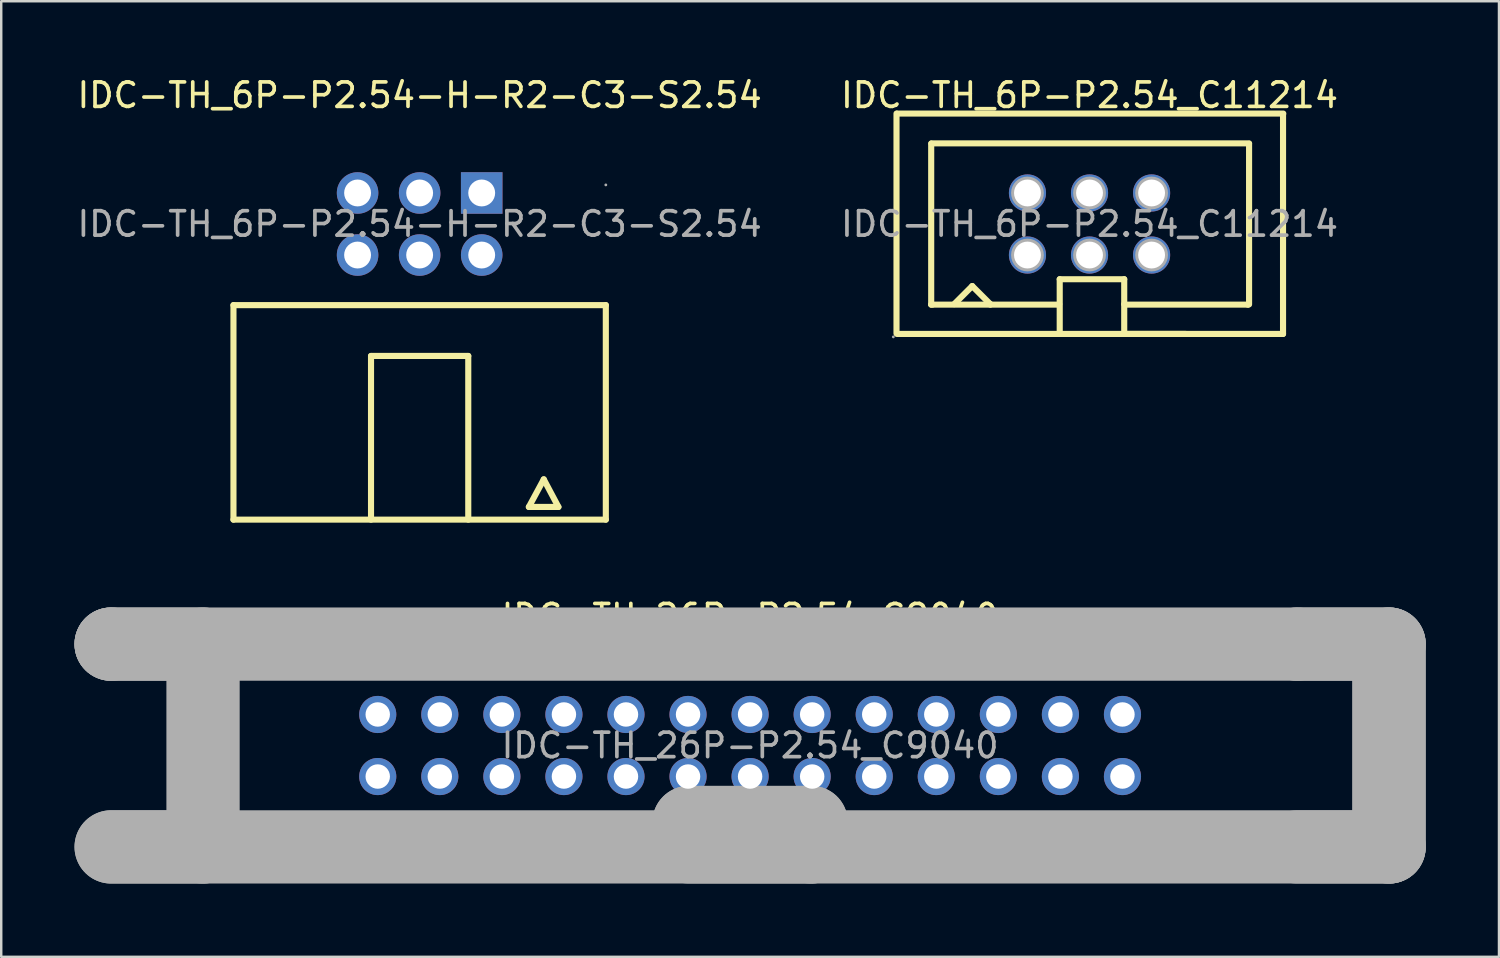
<source format=kicad_pcb>
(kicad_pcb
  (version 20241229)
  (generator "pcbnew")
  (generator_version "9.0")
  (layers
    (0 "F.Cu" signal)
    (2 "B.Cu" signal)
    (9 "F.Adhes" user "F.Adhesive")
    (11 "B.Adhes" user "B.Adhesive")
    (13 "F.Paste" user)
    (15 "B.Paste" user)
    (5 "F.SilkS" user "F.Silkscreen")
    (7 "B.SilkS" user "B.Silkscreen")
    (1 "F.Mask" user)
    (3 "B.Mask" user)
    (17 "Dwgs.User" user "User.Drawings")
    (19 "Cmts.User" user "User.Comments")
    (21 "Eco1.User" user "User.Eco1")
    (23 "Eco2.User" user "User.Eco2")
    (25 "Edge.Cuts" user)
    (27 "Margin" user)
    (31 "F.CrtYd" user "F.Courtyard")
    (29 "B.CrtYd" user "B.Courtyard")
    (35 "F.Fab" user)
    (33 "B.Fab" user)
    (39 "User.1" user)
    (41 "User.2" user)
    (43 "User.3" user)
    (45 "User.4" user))
  (footprint "IDC-TH_6P-P2.54-H-R2-C3-S2.54"
    (layer "F.Cu")
    (at 14.125 6.118)
    (property "Reference" "IDC-TH_6P-P2.54-H-R2-C3-S2.54" (at 0 -5.27 0) (layer "F.SilkS") (effects (font (size 1 1) (thickness 0.15))))
    (attr through_hole)
    (fp_line (start -7.62 12.1) (end -7.62 3.32) (stroke (width 0.25) (type solid)) (layer "F.SilkS"))
    (fp_line (start -1.99 12.1) (end -1.99 5.4) (stroke (width 0.25) (type solid)) (layer "F.SilkS"))
    (fp_line (start 1.99 5.4) (end -1.99 5.4) (stroke (width 0.25) (type solid)) (layer "F.SilkS"))
    (fp_line (start 1.99 12.1) (end 1.99 5.4) (stroke (width 0.25) (type solid)) (layer "F.SilkS"))
    (fp_line (start 4.47 11.58) (end 5.68 11.58) (stroke (width 0.25) (type solid)) (layer "F.SilkS"))
    (fp_line (start 5.08 10.45) (end 4.47 11.58) (stroke (width 0.25) (type solid)) (layer "F.SilkS"))
    (fp_line (start 5.68 11.58) (end 5.08 10.45) (stroke (width 0.25) (type solid)) (layer "F.SilkS"))
    (fp_line (start 7.62 3.32) (end -7.62 3.32) (stroke (width 0.25) (type solid)) (layer "F.SilkS"))
    (fp_line (start 7.62 12.1) (end -7.62 12.1) (stroke (width 0.25) (type solid)) (layer "F.SilkS"))
    (fp_line (start 7.62 12.1) (end 7.62 3.32) (stroke (width 0.25) (type solid)) (layer "F.SilkS"))
    (fp_circle (center -2.54 -1.27) (end -2.38 -1.27) (stroke (width 0.32) (type solid)) (fill no) (layer "F.Fab"))
    (fp_circle (center -2.54 1.27) (end -2.38 1.27) (stroke (width 0.32) (type solid)) (fill no) (layer "F.Fab"))
    (fp_circle (center 0 -1.27) (end 0.16 -1.27) (stroke (width 0.32) (type solid)) (fill no) (layer "F.Fab"))
    (fp_circle (center 0 1.27) (end 0.16 1.27) (stroke (width 0.32) (type solid)) (fill no) (layer "F.Fab"))
    (fp_circle (center 2.54 -1.27) (end 2.7 -1.27) (stroke (width 0.32) (type solid)) (fill no) (layer "F.Fab"))
    (fp_circle (center 2.54 1.27) (end 2.7 1.27) (stroke (width 0.32) (type solid)) (fill no) (layer "F.Fab"))
    (fp_circle (center 7.62 -1.6) (end 7.65 -1.6) (stroke (width 0.06) (type solid)) (fill no) (layer "F.Fab"))
    (fp_text user "${REFERENCE}" (at 0 0 0) (layer "F.Fab") (effects (font (size 1 1) (thickness 0.15))))
    (pad "1" thru_hole rect (at 2.54 -1.27 270) (size 1.7 1.7) (drill 1.1) (layers "*.Cu" "*.Paste" "*.Mask"))
    (pad "2" thru_hole circle (at 2.54 1.27 180) (size 1.7 1.7) (drill 1.1) (layers "*.Cu" "*.Paste" "*.Mask"))
    (pad "3" thru_hole circle (at 0 -1.27 180) (size 1.7 1.7) (drill 1.1) (layers "*.Cu" "*.Paste" "*.Mask"))
    (pad "4" thru_hole circle (at 0 1.27 180) (size 1.7 1.7) (drill 1.1) (layers "*.Cu" "*.Paste" "*.Mask"))
    (pad "5" thru_hole circle (at -2.54 -1.27 180) (size 1.7 1.7) (drill 1.1) (layers "*.Cu" "*.Paste" "*.Mask"))
    (pad "6" thru_hole circle (at -2.54 1.27 180) (size 1.7 1.7) (drill 1.1) (layers "*.Cu" "*.Paste" "*.Mask")))
  (footprint "IDC-TH_6P-P2.54_C11214"
    (layer "F.Cu")
    (at 41.542 6.118)
    (property "Reference" "IDC-TH_6P-P2.54_C11214" (at 0 -5.27 0) (layer "F.SilkS") (effects (font (size 1 1) (thickness 0.15))))
    (attr through_hole)
    (fp_line (start -7.9 4.48) (end -7.9 -4.52) (stroke (width 0.25) (type solid)) (layer "F.SilkS"))
    (fp_line (start -7.87 -4.52) (end 7.93 -4.52) (stroke (width 0.25) (type solid)) (layer "F.SilkS"))
    (fp_line (start -7.87 4.5) (end 7.92 4.5) (stroke (width 0.25) (type solid)) (layer "F.SilkS"))
    (fp_line (start -6.48 3.28) (end -6.48 -3.29) (stroke (width 0.25) (type solid)) (layer "F.SilkS"))
    (fp_line (start -6.48 3.3) (end -1.27 3.3) (stroke (width 0.25) (type solid)) (layer "F.SilkS"))
    (fp_line (start -6.47 -3.3) (end 6.53 -3.3) (stroke (width 0.25) (type solid)) (layer "F.SilkS"))
    (fp_line (start -6.43 3.3) (end -6.48 3.3) (stroke (width 0.25) (type solid)) (layer "F.SilkS"))
    (fp_line (start -5.54 3.28) (end -4.8 2.54) (stroke (width 0.25) (type solid)) (layer "F.SilkS"))
    (fp_line (start -4.8 2.54) (end -4.06 3.28) (stroke (width 0.25) (type solid)) (layer "F.SilkS"))
    (fp_line (start -4.06 3.28) (end -4.06 3.3) (stroke (width 0.25) (type solid)) (layer "F.SilkS"))
    (fp_line (start -1.27 3.3) (end -1.24 3.28) (stroke (width 0.25) (type solid)) (layer "F.SilkS"))
    (fp_line (start -1.22 2.26) (end -1.22 4.42) (stroke (width 0.25) (type solid)) (layer "F.SilkS"))
    (fp_line (start -1.22 2.26) (end 1.42 2.26) (stroke (width 0.25) (type solid)) (layer "F.SilkS"))
    (fp_line (start 1.42 2.26) (end 1.42 4.5) (stroke (width 0.25) (type solid)) (layer "F.SilkS"))
    (fp_line (start 1.42 3.28) (end 1.47 3.3) (stroke (width 0.25) (type solid)) (layer "F.SilkS"))
    (fp_line (start 1.42 4.5) (end 3.94 4.5) (stroke (width 0.25) (type solid)) (layer "F.SilkS"))
    (fp_line (start 1.47 3.3) (end 6.48 3.3) (stroke (width 0.25) (type solid)) (layer "F.SilkS"))
    (fp_line (start 6.48 3.3) (end 6.5 3.28) (stroke (width 0.25) (type solid)) (layer "F.SilkS"))
    (fp_line (start 6.53 -3.28) (end 6.53 3.29) (stroke (width 0.25) (type solid)) (layer "F.SilkS"))
    (fp_line (start 7.92 -4.5) (end 7.92 4.5) (stroke (width 0.25) (type solid)) (layer "F.SilkS"))
    (fp_circle (center -8.03 4.62) (end -8 4.62) (stroke (width 0.06) (type solid)) (fill no) (layer "F.Fab"))
    (fp_circle (center -2.54 -1.27) (end -2.32 -1.27) (stroke (width 0.45) (type solid)) (fill no) (layer "F.Fab"))
    (fp_circle (center -2.54 1.27) (end -2.32 1.27) (stroke (width 0.45) (type solid)) (fill no) (layer "F.Fab"))
    (fp_circle (center 0 -1.27) (end 0.22 -1.27) (stroke (width 0.45) (type solid)) (fill no) (layer "F.Fab"))
    (fp_circle (center 0 1.27) (end 0.22 1.27) (stroke (width 0.45) (type solid)) (fill no) (layer "F.Fab"))
    (fp_circle (center 2.54 -1.27) (end 2.76 -1.27) (stroke (width 0.45) (type solid)) (fill no) (layer "F.Fab"))
    (fp_circle (center 2.54 1.27) (end 2.76 1.27) (stroke (width 0.45) (type solid)) (fill no) (layer "F.Fab"))
    (fp_text user "${REFERENCE}" (at 0 0 0) (layer "F.Fab") (effects (font (size 1 1) (thickness 0.15))))
    (pad "1" thru_hole circle (at -2.54 1.27) (size 1.52 1.52) (drill 1.1) (layers "*.Cu" "*.Paste" "*.Mask"))
    (pad "2" thru_hole circle (at -2.54 -1.27) (size 1.52 1.52) (drill 1.1) (layers "*.Cu" "*.Paste" "*.Mask"))
    (pad "3" thru_hole circle (at 0 1.27) (size 1.52 1.52) (drill 1.1) (layers "*.Cu" "*.Paste" "*.Mask"))
    (pad "4" thru_hole circle (at 0 -1.27) (size 1.52 1.52) (drill 1.1) (layers "*.Cu" "*.Paste" "*.Mask"))
    (pad "5" thru_hole circle (at 2.54 1.27) (size 1.52 1.52) (drill 1.1) (layers "*.Cu" "*.Paste" "*.Mask"))
    (pad "6" thru_hole circle (at 2.54 -1.27) (size 1.52 1.52) (drill 1.1) (layers "*.Cu" "*.Paste" "*.Mask")))
  (footprint "IDC-TH_26P-P2.54_C9040"
    (layer "F.Cu")
    (at 27.65 27.462)
    (property "Reference" "IDC-TH_26P-P2.54_C9040" (at 0 -5.27 0) (layer "F.SilkS") (effects (font (size 1 1) (thickness 0.15))))
    (attr through_hole)
    (fp_line (start -26.15 -4.15) (end -26.15 -4.15) (stroke (width 3) (type solid)) (layer "F.Fab"))
    (fp_line (start -26.15 -4.15) (end -26.15 -4.15) (stroke (width 3) (type solid)) (layer "F.Fab"))
    (fp_line (start -26.15 -4.15) (end -22.39 -4.15) (stroke (width 3) (type solid)) (layer "F.Fab"))
    (fp_line (start -26.15 -4.15) (end 26.15 -4.15) (stroke (width 3) (type solid)) (layer "F.Fab"))
    (fp_line (start -22.39 -4.15) (end -22.39 4.15) (stroke (width 3) (type solid)) (layer "F.Fab"))
    (fp_line (start -22.39 4.15) (end -26.15 4.15) (stroke (width 3) (type solid)) (layer "F.Fab"))
    (fp_line (start -2.5 3.15) (end -2.5 3.15) (stroke (width 3) (type solid)) (layer "F.Fab"))
    (fp_line (start -2.5 3.15) (end 2.5 3.15) (stroke (width 3) (type solid)) (layer "F.Fab"))
    (fp_line (start 2.5 3.15) (end 2.5 4.15) (stroke (width 3) (type solid)) (layer "F.Fab"))
    (fp_line (start 2.5 4.15) (end -2.5 4.15) (stroke (width 3) (type solid)) (layer "F.Fab"))
    (fp_line (start 22.39 -4.15) (end 22.39 -4.15) (stroke (width 3) (type solid)) (layer "F.Fab"))
    (fp_line (start 22.39 -4.15) (end 26.15 -4.15) (stroke (width 3) (type solid)) (layer "F.Fab"))
    (fp_line (start 26.15 -4.15) (end 26.15 4.15) (stroke (width 3) (type solid)) (layer "F.Fab"))
    (fp_line (start 26.15 -4.15) (end 26.15 4.15) (stroke (width 3) (type solid)) (layer "F.Fab"))
    (fp_line (start 26.15 4.15) (end -26.15 4.15) (stroke (width 3) (type solid)) (layer "F.Fab"))
    (fp_line (start 26.15 4.15) (end 22.39 4.15) (stroke (width 3) (type solid)) (layer "F.Fab"))
    (fp_circle (center -26.28 4.28) (end -26.25 4.28) (stroke (width 0.06) (type solid)) (fill no) (layer "F.Fab"))
    (fp_circle (center -15.24 -1.27) (end -15.04 -1.27) (stroke (width 0.4) (type solid)) (fill no) (layer "F.Fab"))
    (fp_circle (center -15.24 1.27) (end -15.04 1.27) (stroke (width 0.4) (type solid)) (fill no) (layer "F.Fab"))
    (fp_circle (center -12.7 -1.27) (end -12.5 -1.27) (stroke (width 0.4) (type solid)) (fill no) (layer "F.Fab"))
    (fp_circle (center -12.7 1.27) (end -12.5 1.27) (stroke (width 0.4) (type solid)) (fill no) (layer "F.Fab"))
    (fp_circle (center -10.16 -1.27) (end -9.96 -1.27) (stroke (width 0.4) (type solid)) (fill no) (layer "F.Fab"))
    (fp_circle (center -10.16 1.27) (end -9.96 1.27) (stroke (width 0.4) (type solid)) (fill no) (layer "F.Fab"))
    (fp_circle (center -7.62 -1.27) (end -7.42 -1.27) (stroke (width 0.4) (type solid)) (fill no) (layer "F.Fab"))
    (fp_circle (center -7.62 1.27) (end -7.42 1.27) (stroke (width 0.4) (type solid)) (fill no) (layer "F.Fab"))
    (fp_circle (center -5.08 -1.27) (end -4.88 -1.27) (stroke (width 0.4) (type solid)) (fill no) (layer "F.Fab"))
    (fp_circle (center -5.08 1.27) (end -4.88 1.27) (stroke (width 0.4) (type solid)) (fill no) (layer "F.Fab"))
    (fp_circle (center -2.54 -1.27) (end -2.34 -1.27) (stroke (width 0.4) (type solid)) (fill no) (layer "F.Fab"))
    (fp_circle (center -2.54 1.27) (end -2.34 1.27) (stroke (width 0.4) (type solid)) (fill no) (layer "F.Fab"))
    (fp_circle (center 0 -1.27) (end 0.2 -1.27) (stroke (width 0.4) (type solid)) (fill no) (layer "F.Fab"))
    (fp_circle (center 0 1.27) (end 0.2 1.27) (stroke (width 0.4) (type solid)) (fill no) (layer "F.Fab"))
    (fp_circle (center 2.54 -1.27) (end 2.74 -1.27) (stroke (width 0.4) (type solid)) (fill no) (layer "F.Fab"))
    (fp_circle (center 2.54 1.27) (end 2.74 1.27) (stroke (width 0.4) (type solid)) (fill no) (layer "F.Fab"))
    (fp_circle (center 5.08 -1.27) (end 5.28 -1.27) (stroke (width 0.4) (type solid)) (fill no) (layer "F.Fab"))
    (fp_circle (center 5.08 1.27) (end 5.28 1.27) (stroke (width 0.4) (type solid)) (fill no) (layer "F.Fab"))
    (fp_circle (center 7.62 -1.27) (end 7.82 -1.27) (stroke (width 0.4) (type solid)) (fill no) (layer "F.Fab"))
    (fp_circle (center 7.62 1.27) (end 7.82 1.27) (stroke (width 0.4) (type solid)) (fill no) (layer "F.Fab"))
    (fp_circle (center 10.16 -1.27) (end 10.36 -1.27) (stroke (width 0.4) (type solid)) (fill no) (layer "F.Fab"))
    (fp_circle (center 10.16 1.27) (end 10.36 1.27) (stroke (width 0.4) (type solid)) (fill no) (layer "F.Fab"))
    (fp_circle (center 12.7 -1.27) (end 12.9 -1.27) (stroke (width 0.4) (type solid)) (fill no) (layer "F.Fab"))
    (fp_circle (center 12.7 1.27) (end 12.9 1.27) (stroke (width 0.4) (type solid)) (fill no) (layer "F.Fab"))
    (fp_circle (center 15.24 -1.27) (end 15.44 -1.27) (stroke (width 0.4) (type solid)) (fill no) (layer "F.Fab"))
    (fp_circle (center 15.24 1.27) (end 15.44 1.27) (stroke (width 0.4) (type solid)) (fill no) (layer "F.Fab"))
    (fp_text user "${REFERENCE}" (at 0 0 0) (layer "F.Fab") (effects (font (size 1 1) (thickness 0.15))))
    (pad "1" thru_hole circle (at -15.24 1.27) (size 1.52 1.52) (drill 1) (layers "*.Cu" "*.Paste" "*.Mask"))
    (pad "2" thru_hole circle (at -15.24 -1.27) (size 1.52 1.52) (drill 1) (layers "*.Cu" "*.Paste" "*.Mask"))
    (pad "3" thru_hole circle (at -12.7 1.27) (size 1.52 1.52) (drill 1) (layers "*.Cu" "*.Paste" "*.Mask"))
    (pad "4" thru_hole circle (at -12.7 -1.27) (size 1.52 1.52) (drill 1) (layers "*.Cu" "*.Paste" "*.Mask"))
    (pad "5" thru_hole circle (at -10.16 1.27) (size 1.52 1.52) (drill 1) (layers "*.Cu" "*.Paste" "*.Mask"))
    (pad "6" thru_hole circle (at -10.16 -1.27) (size 1.52 1.52) (drill 1) (layers "*.Cu" "*.Paste" "*.Mask"))
    (pad "7" thru_hole circle (at -7.62 1.27) (size 1.52 1.52) (drill 1) (layers "*.Cu" "*.Paste" "*.Mask"))
    (pad "8" thru_hole circle (at -7.62 -1.27) (size 1.52 1.52) (drill 1) (layers "*.Cu" "*.Paste" "*.Mask"))
    (pad "9" thru_hole circle (at -5.08 1.27) (size 1.52 1.52) (drill 1) (layers "*.Cu" "*.Paste" "*.Mask"))
    (pad "10" thru_hole circle (at -5.08 -1.27) (size 1.52 1.52) (drill 1) (layers "*.Cu" "*.Paste" "*.Mask"))
    (pad "11" thru_hole circle (at -2.54 1.27) (size 1.52 1.52) (drill 1) (layers "*.Cu" "*.Paste" "*.Mask"))
    (pad "12" thru_hole circle (at -2.54 -1.27) (size 1.52 1.52) (drill 1) (layers "*.Cu" "*.Paste" "*.Mask"))
    (pad "13" thru_hole circle (at 0 1.27) (size 1.52 1.52) (drill 1) (layers "*.Cu" "*.Paste" "*.Mask"))
    (pad "14" thru_hole circle (at 0 -1.27) (size 1.52 1.52) (drill 1) (layers "*.Cu" "*.Paste" "*.Mask"))
    (pad "15" thru_hole circle (at 2.54 1.27) (size 1.52 1.52) (drill 1) (layers "*.Cu" "*.Paste" "*.Mask"))
    (pad "16" thru_hole circle (at 2.54 -1.27) (size 1.52 1.52) (drill 1) (layers "*.Cu" "*.Paste" "*.Mask"))
    (pad "17" thru_hole circle (at 5.08 1.27) (size 1.52 1.52) (drill 1) (layers "*.Cu" "*.Paste" "*.Mask"))
    (pad "18" thru_hole circle (at 5.08 -1.27) (size 1.52 1.52) (drill 1) (layers "*.Cu" "*.Paste" "*.Mask"))
    (pad "19" thru_hole circle (at 7.62 1.27) (size 1.52 1.52) (drill 1) (layers "*.Cu" "*.Paste" "*.Mask"))
    (pad "20" thru_hole circle (at 7.62 -1.27) (size 1.52 1.52) (drill 1) (layers "*.Cu" "*.Paste" "*.Mask"))
    (pad "21" thru_hole circle (at 10.16 1.27) (size 1.52 1.52) (drill 1) (layers "*.Cu" "*.Paste" "*.Mask"))
    (pad "22" thru_hole circle (at 10.16 -1.27) (size 1.52 1.52) (drill 1) (layers "*.Cu" "*.Paste" "*.Mask"))
    (pad "23" thru_hole circle (at 12.7 1.27) (size 1.52 1.52) (drill 1) (layers "*.Cu" "*.Paste" "*.Mask"))
    (pad "24" thru_hole circle (at 12.7 -1.27) (size 1.52 1.52) (drill 1) (layers "*.Cu" "*.Paste" "*.Mask"))
    (pad "25" thru_hole circle (at 15.24 1.27) (size 1.52 1.52) (drill 1) (layers "*.Cu" "*.Paste" "*.Mask"))
    (pad "26" thru_hole circle (at 15.24 -1.27) (size 1.52 1.52) (drill 1) (layers "*.Cu" "*.Paste" "*.Mask")))
  (gr_rect
    (start -3 -3)
    (end 58.3 36.111)
    (stroke (width 0.1) (type default))
    (fill no)
    (layer "Edge.Cuts")))
</source>
